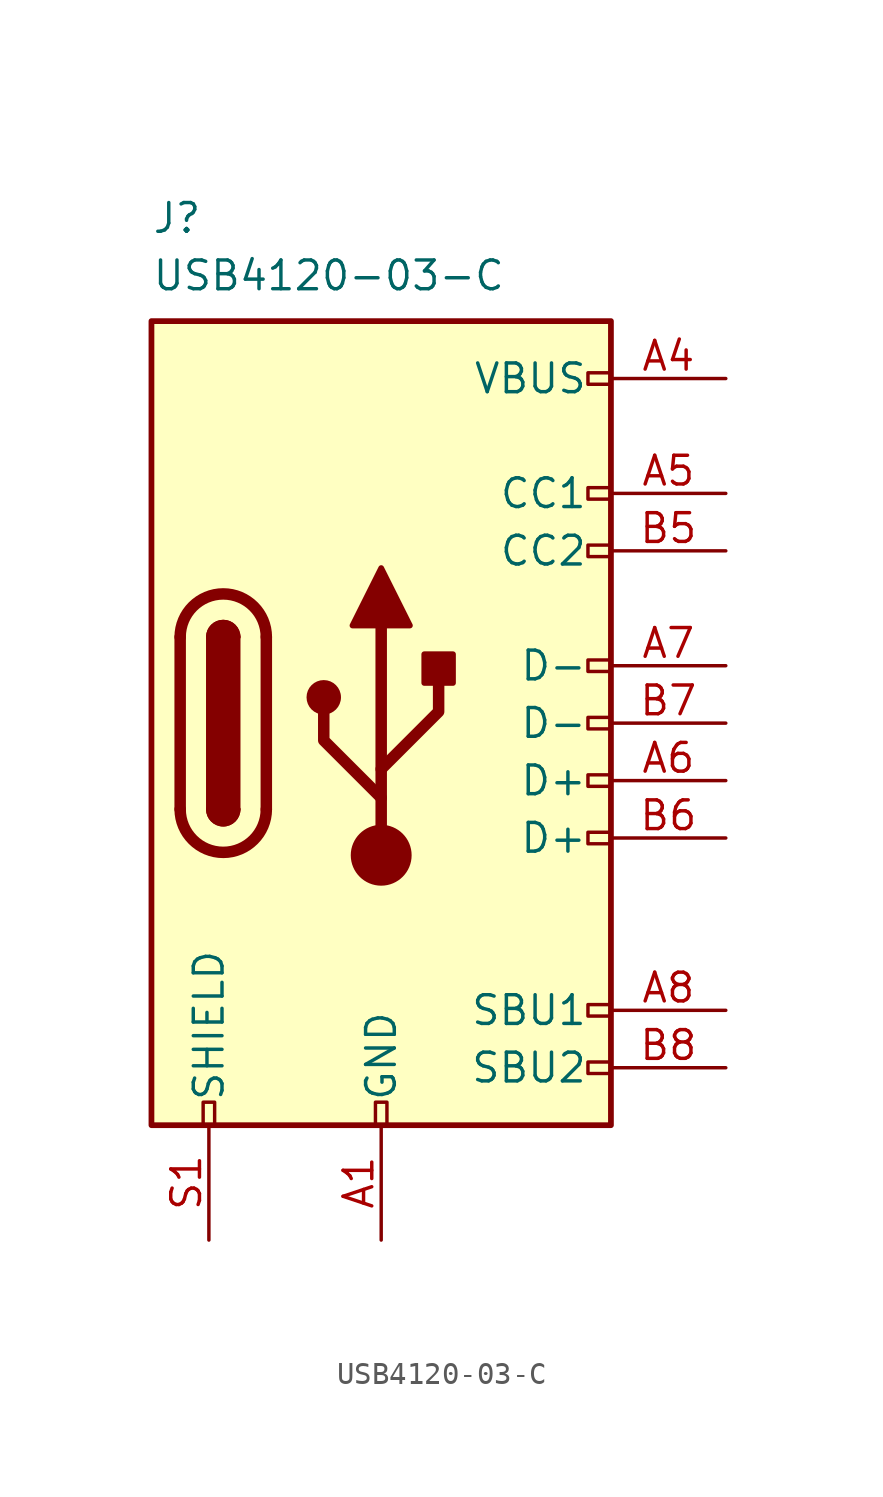
<source format=kicad_sym>
(kicad_symbol_lib
  (version 20241209)
  (generator "kicad_symbol_editor")
  (generator_version "9.0")
  (symbol "USB4120-03-C"
    (pin_names
      (offset 1.016))
    (property "Reference" "J"
      (at -10.16 21.59 0)
      (effects (font (size 1.27 1.27)) (justify left bottom)))
    (property "Value" "USB4120-03-C"
      (at -10.16 19.05 0)
      (effects (font (size 1.27 1.27)) (justify left bottom)))
    (symbol "USB4120-03-C_0_0"
      (rectangle (start -7.874 -16.764) (end -7.366 -17.78) (stroke (width 0) (type default)) (fill (type none)))
      (rectangle (start -0.254 -17.78) (end 0.254 -16.764) (stroke (width 0) (type default)) (fill (type none)))
      (rectangle (start 9.144 -14.986) (end 10.16 -15.494) (stroke (width 0) (type default)) (fill (type none)))
      (rectangle (start 10.16 15.494) (end 9.144 14.986) (stroke (width 0) (type default)) (fill (type none)))
      (rectangle (start 10.16 10.414) (end 9.144 9.906) (stroke (width 0) (type default)) (fill (type none)))
      (rectangle (start 10.16 7.874) (end 9.144 7.366) (stroke (width 0) (type default)) (fill (type none)))
      (rectangle (start 10.16 2.794) (end 9.144 2.286) (stroke (width 0) (type default)) (fill (type none)))
      (rectangle (start 10.16 0.254) (end 9.144 -0.254) (stroke (width 0) (type default)) (fill (type none)))
      (rectangle (start 10.16 -2.286) (end 9.144 -2.794) (stroke (width 0) (type default)) (fill (type none)))
      (rectangle (start 10.16 -4.826) (end 9.144 -5.334) (stroke (width 0) (type default)) (fill (type none)))
      (rectangle (start 10.16 -12.446) (end 9.144 -12.954) (stroke (width 0) (type default)) (fill (type none)))
      (pin passive line (at -7.62 -22.86 90) (length 5.08) (name "SHIELD" (effects (font (size 1.27 1.27)))) (number "S1" (effects (font (size 1.27 1.27)))))
      (pin passive line (at -7.62 -22.86 90) (length 5.08) (hide yes) (name "SHIELD" (effects (font (size 1.27 1.27)))) (number "S2" (effects (font (size 1.27 1.27)))))
      (pin passive line (at -7.62 -22.86 90) (length 5.08) (hide yes) (name "SHIELD" (effects (font (size 1.27 1.27)))) (number "S3" (effects (font (size 1.27 1.27)))))
      (pin passive line (at -7.62 -22.86 90) (length 5.08) (hide yes) (name "SHIELD" (effects (font (size 1.27 1.27)))) (number "S4" (effects (font (size 1.27 1.27)))))
      (pin passive line (at 0 -22.86 90) (length 5.08) (name "GND" (effects (font (size 1.27 1.27)))) (number "A1" (effects (font (size 1.27 1.27)))))
      (pin passive line (at 0 -22.86 90) (length 5.08) (hide yes) (name "GND" (effects (font (size 1.27 1.27)))) (number "A12" (effects (font (size 1.27 1.27)))))
      (pin passive line (at 0 -22.86 90) (length 5.08) (hide yes) (name "GND" (effects (font (size 1.27 1.27)))) (number "B1" (effects (font (size 1.27 1.27)))))
      (pin passive line (at 0 -22.86 90) (length 5.08) (hide yes) (name "GND" (effects (font (size 1.27 1.27)))) (number "B12" (effects (font (size 1.27 1.27)))))
      (pin passive line (at 15.24 15.24 180) (length 5.08) (name "VBUS" (effects (font (size 1.27 1.27)))) (number "A4" (effects (font (size 1.27 1.27)))))
      (pin passive line (at 15.24 15.24 180) (length 5.08) (hide yes) (name "VBUS" (effects (font (size 1.27 1.27)))) (number "A9" (effects (font (size 1.27 1.27)))))
      (pin passive line (at 15.24 15.24 180) (length 5.08) (hide yes) (name "VBUS" (effects (font (size 1.27 1.27)))) (number "B4" (effects (font (size 1.27 1.27)))))
      (pin passive line (at 15.24 15.24 180) (length 5.08) (hide yes) (name "VBUS" (effects (font (size 1.27 1.27)))) (number "B9" (effects (font (size 1.27 1.27))))))
    (symbol "USB4120-03-C_0_1"
      (rectangle (start -10.16 17.78) (end 10.16 -17.78) (stroke (width 0.254) (type default)) (fill (type background)))
      (polyline (pts (xy -8.89 -3.81) (xy -8.89 3.81)) (stroke (width 0.508) (type default)) (fill (type none)))
      (rectangle (start -7.62 -3.81) (end -6.35 3.81) (stroke (width 0.254) (type default)) (fill (type outline)))
      (arc (start -7.62 3.81) (mid -6.985 4.4423) (end -6.35 3.81) (stroke (width 0.254) (type default)) (fill (type none)))
      (arc (start -7.62 3.81) (mid -6.985 4.4423) (end -6.35 3.81) (stroke (width 0.254) (type default)) (fill (type outline)))
      (arc (start -8.89 3.81) (mid -6.985 5.7067) (end -5.08 3.81) (stroke (width 0.508) (type default)) (fill (type none)))
      (arc (start -5.08 -3.81) (mid -6.985 -5.7067) (end -8.89 -3.81) (stroke (width 0.508) (type default)) (fill (type none)))
      (arc (start -6.35 -3.81) (mid -6.985 -4.4423) (end -7.62 -3.81) (stroke (width 0.254) (type default)) (fill (type none)))
      (arc (start -6.35 -3.81) (mid -6.985 -4.4423) (end -7.62 -3.81) (stroke (width 0.254) (type default)) (fill (type outline)))
      (polyline (pts (xy -5.08 3.81) (xy -5.08 -3.81)) (stroke (width 0.508) (type default)) (fill (type none)))
      (circle (center -2.54 1.143) (radius 0.635) (stroke (width 0.254) (type default)) (fill (type outline)))
      (polyline (pts (xy -1.27 4.318) (xy 0 6.858) (xy 1.27 4.318) (xy -1.27 4.318)) (stroke (width 0.254) (type default)) (fill (type outline)))
      (polyline (pts (xy 0 -2.032) (xy 2.54 0.508) (xy 2.54 1.778)) (stroke (width 0.508) (type default)) (fill (type none)))
      (polyline (pts (xy 0 -3.302) (xy -2.54 -0.762) (xy -2.54 0.508)) (stroke (width 0.508) (type default)) (fill (type none)))
      (polyline (pts (xy 0 -5.842) (xy 0 4.318)) (stroke (width 0.508) (type default)) (fill (type none)))
      (circle (center 0 -5.842) (radius 1.27) (stroke (width 0) (type default)) (fill (type outline)))
      (rectangle (start 1.905 1.778) (end 3.175 3.048) (stroke (width 0.254) (type default)) (fill (type outline))))
    (symbol "USB4120-03-C_1_1"
      (pin bidirectional line (at 15.24 10.16 180) (length 5.08) (name "CC1" (effects (font (size 1.27 1.27)))) (number "A5" (effects (font (size 1.27 1.27)))))
      (pin bidirectional line (at 15.24 7.62 180) (length 5.08) (name "CC2" (effects (font (size 1.27 1.27)))) (number "B5" (effects (font (size 1.27 1.27)))))
      (pin bidirectional line (at 15.24 2.54 180) (length 5.08) (name "D-" (effects (font (size 1.27 1.27)))) (number "A7" (effects (font (size 1.27 1.27)))))
      (pin bidirectional line (at 15.24 0 180) (length 5.08) (name "D-" (effects (font (size 1.27 1.27)))) (number "B7" (effects (font (size 1.27 1.27)))))
      (pin bidirectional line (at 15.24 -2.54 180) (length 5.08) (name "D+" (effects (font (size 1.27 1.27)))) (number "A6" (effects (font (size 1.27 1.27)))))
      (pin bidirectional line (at 15.24 -5.08 180) (length 5.08) (name "D+" (effects (font (size 1.27 1.27)))) (number "B6" (effects (font (size 1.27 1.27)))))
      (pin bidirectional line (at 15.24 -12.7 180) (length 5.08) (name "SBU1" (effects (font (size 1.27 1.27)))) (number "A8" (effects (font (size 1.27 1.27)))))
      (pin bidirectional line (at 15.24 -15.24 180) (length 5.08) (name "SBU2" (effects (font (size 1.27 1.27)))) (number "B8" (effects (font (size 1.27 1.27))))))))
</source>
